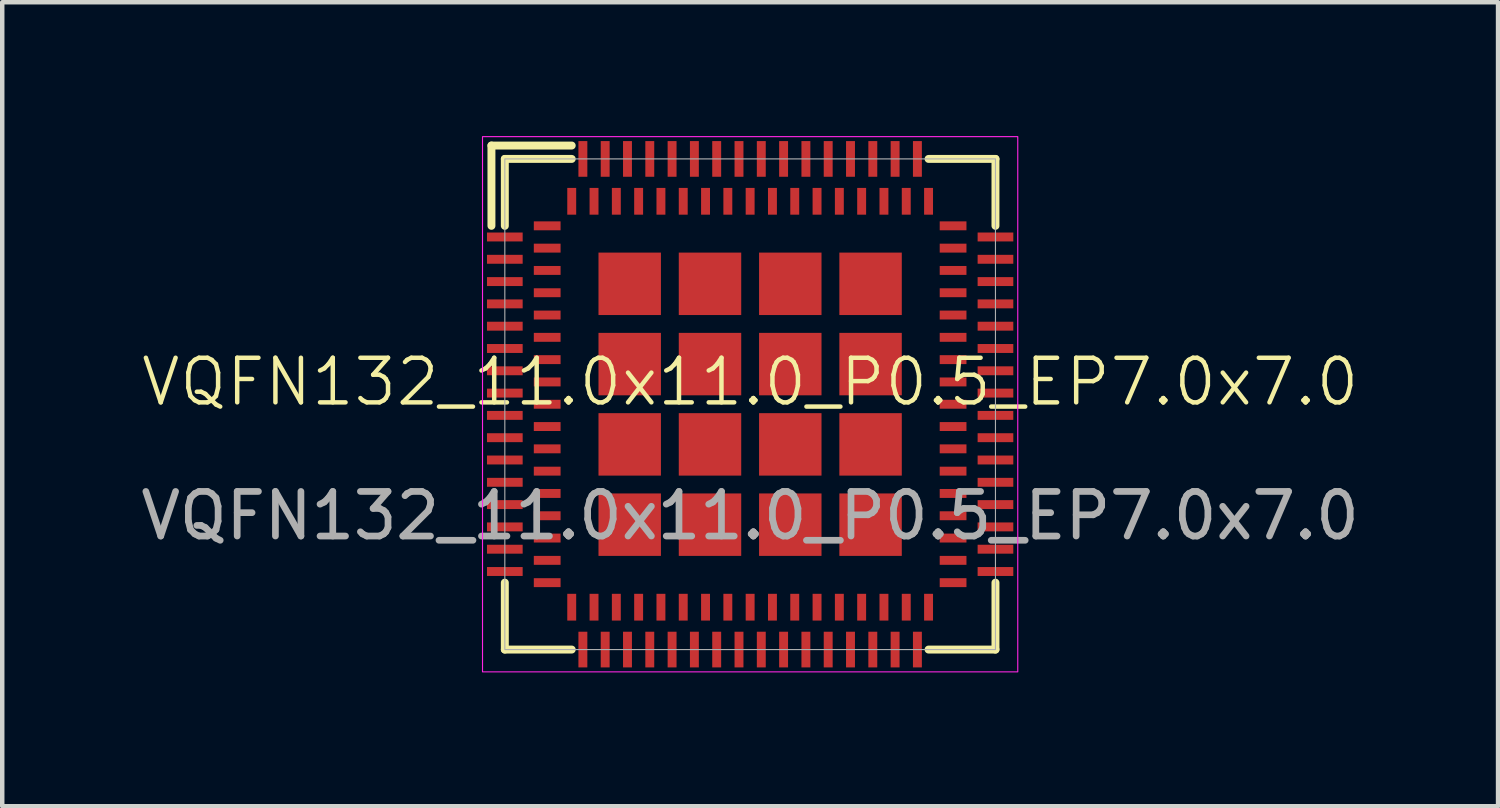
<source format=kicad_pcb>
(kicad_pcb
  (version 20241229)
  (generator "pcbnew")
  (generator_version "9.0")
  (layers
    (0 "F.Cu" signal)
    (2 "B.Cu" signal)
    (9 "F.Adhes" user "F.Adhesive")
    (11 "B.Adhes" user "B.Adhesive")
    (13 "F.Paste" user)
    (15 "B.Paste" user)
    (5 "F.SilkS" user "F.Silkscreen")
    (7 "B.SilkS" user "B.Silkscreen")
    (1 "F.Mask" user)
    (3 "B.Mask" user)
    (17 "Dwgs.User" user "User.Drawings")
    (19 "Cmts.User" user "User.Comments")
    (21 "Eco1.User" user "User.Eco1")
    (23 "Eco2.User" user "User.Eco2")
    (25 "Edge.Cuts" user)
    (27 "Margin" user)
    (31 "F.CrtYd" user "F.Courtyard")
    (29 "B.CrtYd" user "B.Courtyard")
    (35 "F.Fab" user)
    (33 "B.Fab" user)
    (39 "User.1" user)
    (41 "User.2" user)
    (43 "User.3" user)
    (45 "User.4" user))
  (footprint "VQFN132_11.0x11.0_P0.5_EP7.0x7.0"
    (layer "F.Cu")
    (at 13.768 6.013)
    (property "Reference" "VQFN132_11.0x11.0_P0.5_EP7.0x7.0" (at 0 -0.5 0) (unlocked yes) (layer "F.SilkS") (effects (font (size 1 1) (thickness 0.1))))
    (attr smd)
    (fp_line (start -5.8 -5.8) (end -4 -5.8) (stroke (width 0.178) (type solid)) (layer "F.SilkS"))
    (fp_line (start -5.8 -4) (end -5.8 -5.8) (stroke (width 0.178) (type solid)) (layer "F.SilkS"))
    (fp_line (start -5.5 -5.5) (end -4 -5.5) (stroke (width 0.178) (type solid)) (layer "F.SilkS"))
    (fp_line (start -5.5 -4) (end -5.5 -5.5) (stroke (width 0.178) (type solid)) (layer "F.SilkS"))
    (fp_line (start -5.5 5.5) (end -5.5 4) (stroke (width 0.178) (type solid)) (layer "F.SilkS"))
    (fp_line (start -4 5.5) (end -5.5 5.5) (stroke (width 0.178) (type solid)) (layer "F.SilkS"))
    (fp_line (start 4 -5.5) (end 5.5 -5.5) (stroke (width 0.178) (type solid)) (layer "F.SilkS"))
    (fp_line (start 5.5 -5.5) (end 5.5 -4) (stroke (width 0.178) (type solid)) (layer "F.SilkS"))
    (fp_line (start 5.5 4) (end 5.5 5.5) (stroke (width 0.178) (type solid)) (layer "F.SilkS"))
    (fp_line (start 5.5 5.5) (end 4 5.5) (stroke (width 0.178) (type solid)) (layer "F.SilkS"))
    (fp_rect (start -6 -6) (end 6 6) (stroke (width 0.025) (type solid)) (fill no) (layer "F.CrtYd"))
    (fp_rect (start -5.5 -5.5) (end 5.5 5.5) (stroke (width 0.025) (type solid)) (fill no) (layer "F.Fab"))
    (fp_text user "${REFERENCE}" (at 0 2.5 0) (unlocked yes) (layer "F.Fab") (effects (font (size 1 1) (thickness 0.15))))
    (pad "1" smd rect (at -4.55 -4) (size 0.6 0.2) (layers "F.Cu" "F.Mask" "F.Paste"))
    (pad "2" smd rect (at -5.5 -3.75) (size 0.8 0.2) (layers "F.Cu" "F.Mask" "F.Paste"))
    (pad "3" smd rect (at -4.55 -3.5) (size 0.6 0.2) (layers "F.Cu" "F.Mask" "F.Paste"))
    (pad "4" smd rect (at -5.5 -3.25) (size 0.8 0.2) (layers "F.Cu" "F.Mask" "F.Paste"))
    (pad "5" smd rect (at -4.55 -3) (size 0.6 0.2) (layers "F.Cu" "F.Mask" "F.Paste"))
    (pad "6" smd rect (at -5.5 -2.75) (size 0.8 0.2) (layers "F.Cu" "F.Mask" "F.Paste"))
    (pad "7" smd rect (at -4.55 -2.5) (size 0.6 0.2) (layers "F.Cu" "F.Mask" "F.Paste"))
    (pad "8" smd rect (at -5.5 -2.25) (size 0.8 0.2) (layers "F.Cu" "F.Mask" "F.Paste"))
    (pad "9" smd rect (at -4.55 -2) (size 0.6 0.2) (layers "F.Cu" "F.Mask" "F.Paste"))
    (pad "10" smd rect (at -5.5 -1.75) (size 0.8 0.2) (layers "F.Cu" "F.Mask" "F.Paste"))
    (pad "11" smd rect (at -4.55 -1.5) (size 0.6 0.2) (layers "F.Cu" "F.Mask" "F.Paste"))
    (pad "12" smd rect (at -5.5 -1.25) (size 0.8 0.2) (layers "F.Cu" "F.Mask" "F.Paste"))
    (pad "13" smd rect (at -4.55 -1) (size 0.6 0.2) (layers "F.Cu" "F.Mask" "F.Paste"))
    (pad "14" smd rect (at -5.5 -0.75) (size 0.8 0.2) (layers "F.Cu" "F.Mask" "F.Paste"))
    (pad "15" smd rect (at -4.55 -0.5) (size 0.6 0.2) (layers "F.Cu" "F.Mask" "F.Paste"))
    (pad "16" smd rect (at -5.5 -0.25) (size 0.8 0.2) (layers "F.Cu" "F.Mask" "F.Paste"))
    (pad "17" smd rect (at -4.55 0) (size 0.6 0.2) (layers "F.Cu" "F.Mask" "F.Paste"))
    (pad "18" smd rect (at -5.5 0.25) (size 0.8 0.2) (layers "F.Cu" "F.Mask" "F.Paste"))
    (pad "19" smd rect (at -4.55 0.5) (size 0.6 0.2) (layers "F.Cu" "F.Mask" "F.Paste"))
    (pad "20" smd rect (at -5.5 0.75) (size 0.8 0.2) (layers "F.Cu" "F.Mask" "F.Paste"))
    (pad "21" smd rect (at -4.55 1) (size 0.6 0.2) (layers "F.Cu" "F.Mask" "F.Paste"))
    (pad "22" smd rect (at -5.5 1.25) (size 0.8 0.2) (layers "F.Cu" "F.Mask" "F.Paste"))
    (pad "23" smd rect (at -4.55 1.5) (size 0.6 0.2) (layers "F.Cu" "F.Mask" "F.Paste"))
    (pad "24" smd rect (at -5.5 1.75) (size 0.8 0.2) (layers "F.Cu" "F.Mask" "F.Paste"))
    (pad "25" smd rect (at -4.55 2) (size 0.6 0.2) (layers "F.Cu" "F.Mask" "F.Paste"))
    (pad "26" smd rect (at -5.5 2.25) (size 0.8 0.2) (layers "F.Cu" "F.Mask" "F.Paste"))
    (pad "27" smd rect (at -4.55 2.5) (size 0.6 0.2) (layers "F.Cu" "F.Mask" "F.Paste"))
    (pad "28" smd rect (at -5.5 2.75) (size 0.8 0.2) (layers "F.Cu" "F.Mask" "F.Paste"))
    (pad "29" smd rect (at -4.55 3) (size 0.6 0.2) (layers "F.Cu" "F.Mask" "F.Paste"))
    (pad "30" smd rect (at -5.5 3.25) (size 0.8 0.2) (layers "F.Cu" "F.Mask" "F.Paste"))
    (pad "31" smd rect (at -4.55 3.5) (size 0.6 0.2) (layers "F.Cu" "F.Mask" "F.Paste"))
    (pad "32" smd rect (at -5.5 3.75) (size 0.8 0.2) (layers "F.Cu" "F.Mask" "F.Paste"))
    (pad "33" smd rect (at -4.55 4) (size 0.6 0.2) (layers "F.Cu" "F.Mask" "F.Paste"))
    (pad "34" smd rect (at -4 4.55) (size 0.2 0.6) (layers "F.Cu" "F.Mask" "F.Paste"))
    (pad "35" smd rect (at -3.75 5.5) (size 0.2 0.8) (layers "F.Cu" "F.Mask" "F.Paste"))
    (pad "36" smd rect (at -3.5 4.55) (size 0.2 0.6) (layers "F.Cu" "F.Mask" "F.Paste"))
    (pad "37" smd rect (at -3.25 5.5) (size 0.2 0.8) (layers "F.Cu" "F.Mask" "F.Paste"))
    (pad "38" smd rect (at -3 4.55) (size 0.2 0.6) (layers "F.Cu" "F.Mask" "F.Paste"))
    (pad "39" smd rect (at -2.75 5.5) (size 0.2 0.8) (layers "F.Cu" "F.Mask" "F.Paste"))
    (pad "40" smd rect (at -2.5 4.55) (size 0.2 0.6) (layers "F.Cu" "F.Mask" "F.Paste"))
    (pad "41" smd rect (at -2.25 5.5) (size 0.2 0.8) (layers "F.Cu" "F.Mask" "F.Paste"))
    (pad "42" smd rect (at -2 4.55) (size 0.2 0.6) (layers "F.Cu" "F.Mask" "F.Paste"))
    (pad "43" smd rect (at -1.75 5.5) (size 0.2 0.8) (layers "F.Cu" "F.Mask" "F.Paste"))
    (pad "44" smd rect (at -1.5 4.55) (size 0.2 0.6) (layers "F.Cu" "F.Mask" "F.Paste"))
    (pad "45" smd rect (at -1.25 5.5) (size 0.2 0.8) (layers "F.Cu" "F.Mask" "F.Paste"))
    (pad "46" smd rect (at -1 4.55) (size 0.2 0.6) (layers "F.Cu" "F.Mask" "F.Paste"))
    (pad "47" smd rect (at -0.75 5.5) (size 0.2 0.8) (layers "F.Cu" "F.Mask" "F.Paste"))
    (pad "48" smd rect (at -0.5 4.55) (size 0.2 0.6) (layers "F.Cu" "F.Mask" "F.Paste"))
    (pad "49" smd rect (at -0.25 5.5) (size 0.2 0.8) (layers "F.Cu" "F.Mask" "F.Paste"))
    (pad "50" smd rect (at 0 4.55) (size 0.2 0.6) (layers "F.Cu" "F.Mask" "F.Paste"))
    (pad "51" smd rect (at 0.25 5.5) (size 0.2 0.8) (layers "F.Cu" "F.Mask" "F.Paste"))
    (pad "52" smd rect (at 0.5 4.55) (size 0.2 0.6) (layers "F.Cu" "F.Mask" "F.Paste"))
    (pad "53" smd rect (at 0.75 5.5) (size 0.2 0.8) (layers "F.Cu" "F.Mask" "F.Paste"))
    (pad "54" smd rect (at 1 4.55) (size 0.2 0.6) (layers "F.Cu" "F.Mask" "F.Paste"))
    (pad "55" smd rect (at 1.25 5.5) (size 0.2 0.8) (layers "F.Cu" "F.Mask" "F.Paste"))
    (pad "56" smd rect (at 1.5 4.55) (size 0.2 0.6) (layers "F.Cu" "F.Mask" "F.Paste"))
    (pad "57" smd rect (at 1.75 5.5) (size 0.2 0.8) (layers "F.Cu" "F.Mask" "F.Paste"))
    (pad "58" smd rect (at 2 4.55) (size 0.2 0.6) (layers "F.Cu" "F.Mask" "F.Paste"))
    (pad "59" smd rect (at 2.25 5.5) (size 0.2 0.8) (layers "F.Cu" "F.Mask" "F.Paste"))
    (pad "60" smd rect (at 2.5 4.55) (size 0.2 0.6) (layers "F.Cu" "F.Mask" "F.Paste"))
    (pad "61" smd rect (at 2.75 5.5) (size 0.2 0.8) (layers "F.Cu" "F.Mask" "F.Paste"))
    (pad "62" smd rect (at 3 4.55) (size 0.2 0.6) (layers "F.Cu" "F.Mask" "F.Paste"))
    (pad "63" smd rect (at 3.25 5.5) (size 0.2 0.8) (layers "F.Cu" "F.Mask" "F.Paste"))
    (pad "64" smd rect (at 3.5 4.55) (size 0.2 0.6) (layers "F.Cu" "F.Mask" "F.Paste"))
    (pad "65" smd rect (at 3.75 5.5) (size 0.2 0.8) (layers "F.Cu" "F.Mask" "F.Paste"))
    (pad "66" smd rect (at 4 4.55) (size 0.2 0.6) (layers "F.Cu" "F.Mask" "F.Paste"))
    (pad "67" smd rect (at 4.55 4) (size 0.6 0.2) (layers "F.Cu" "F.Mask" "F.Paste"))
    (pad "68" smd rect (at 5.5 3.75) (size 0.8 0.2) (layers "F.Cu" "F.Mask" "F.Paste"))
    (pad "69" smd rect (at 4.55 3.5) (size 0.6 0.2) (layers "F.Cu" "F.Mask" "F.Paste"))
    (pad "70" smd rect (at 5.5 3.25) (size 0.8 0.2) (layers "F.Cu" "F.Mask" "F.Paste"))
    (pad "71" smd rect (at 4.55 3) (size 0.6 0.2) (layers "F.Cu" "F.Mask" "F.Paste"))
    (pad "72" smd rect (at 5.5 2.75) (size 0.8 0.2) (layers "F.Cu" "F.Mask" "F.Paste"))
    (pad "73" smd rect (at 4.55 2.5) (size 0.6 0.2) (layers "F.Cu" "F.Mask" "F.Paste"))
    (pad "74" smd rect (at 5.5 2.25) (size 0.8 0.2) (layers "F.Cu" "F.Mask" "F.Paste"))
    (pad "75" smd rect (at 4.55 2) (size 0.6 0.2) (layers "F.Cu" "F.Mask" "F.Paste"))
    (pad "76" smd rect (at 5.5 1.75) (size 0.8 0.2) (layers "F.Cu" "F.Mask" "F.Paste"))
    (pad "77" smd rect (at 4.55 1.5) (size 0.6 0.2) (layers "F.Cu" "F.Mask" "F.Paste"))
    (pad "78" smd rect (at 5.5 1.25) (size 0.8 0.2) (layers "F.Cu" "F.Mask" "F.Paste"))
    (pad "79" smd rect (at 4.55 1) (size 0.6 0.2) (layers "F.Cu" "F.Mask" "F.Paste"))
    (pad "80" smd rect (at 5.5 0.75) (size 0.8 0.2) (layers "F.Cu" "F.Mask" "F.Paste"))
    (pad "81" smd rect (at 4.55 0.5) (size 0.6 0.2) (layers "F.Cu" "F.Mask" "F.Paste"))
    (pad "82" smd rect (at 5.5 0.25) (size 0.8 0.2) (layers "F.Cu" "F.Mask" "F.Paste"))
    (pad "83" smd rect (at 4.55 0) (size 0.6 0.2) (layers "F.Cu" "F.Mask" "F.Paste"))
    (pad "84" smd rect (at 5.5 -0.25) (size 0.8 0.2) (layers "F.Cu" "F.Mask" "F.Paste"))
    (pad "85" smd rect (at 4.55 -0.5) (size 0.6 0.2) (layers "F.Cu" "F.Mask" "F.Paste"))
    (pad "86" smd rect (at 5.5 -0.75) (size 0.8 0.2) (layers "F.Cu" "F.Mask" "F.Paste"))
    (pad "87" smd rect (at 4.55 -1) (size 0.6 0.2) (layers "F.Cu" "F.Mask" "F.Paste"))
    (pad "88" smd rect (at 5.5 -1.25) (size 0.8 0.2) (layers "F.Cu" "F.Mask" "F.Paste"))
    (pad "89" smd rect (at 4.55 -1.5) (size 0.6 0.2) (layers "F.Cu" "F.Mask" "F.Paste"))
    (pad "90" smd rect (at 5.5 -1.75) (size 0.8 0.2) (layers "F.Cu" "F.Mask" "F.Paste"))
    (pad "91" smd rect (at 4.55 -2) (size 0.6 0.2) (layers "F.Cu" "F.Mask" "F.Paste"))
    (pad "92" smd rect (at 5.5 -2.25) (size 0.8 0.2) (layers "F.Cu" "F.Mask" "F.Paste"))
    (pad "93" smd rect (at 4.55 -2.5) (size 0.6 0.2) (layers "F.Cu" "F.Mask" "F.Paste"))
    (pad "94" smd rect (at 5.5 -2.75) (size 0.8 0.2) (layers "F.Cu" "F.Mask" "F.Paste"))
    (pad "95" smd rect (at 4.55 -3) (size 0.6 0.2) (layers "F.Cu" "F.Mask" "F.Paste"))
    (pad "96" smd rect (at 5.5 -3.25) (size 0.8 0.2) (layers "F.Cu" "F.Mask" "F.Paste"))
    (pad "97" smd rect (at 4.55 -3.5) (size 0.6 0.2) (layers "F.Cu" "F.Mask" "F.Paste"))
    (pad "98" smd rect (at 5.5 -3.75) (size 0.8 0.2) (layers "F.Cu" "F.Mask" "F.Paste"))
    (pad "99" smd rect (at 4.55 -4) (size 0.6 0.2) (layers "F.Cu" "F.Mask" "F.Paste"))
    (pad "100" smd rect (at 4 -4.55) (size 0.2 0.6) (layers "F.Cu" "F.Mask" "F.Paste"))
    (pad "101" smd rect (at 3.75 -5.5) (size 0.2 0.8) (layers "F.Cu" "F.Mask" "F.Paste"))
    (pad "102" smd rect (at 3.5 -4.55) (size 0.2 0.6) (layers "F.Cu" "F.Mask" "F.Paste"))
    (pad "103" smd rect (at 3.25 -5.5) (size 0.2 0.8) (layers "F.Cu" "F.Mask" "F.Paste"))
    (pad "104" smd rect (at 3 -4.55) (size 0.2 0.6) (layers "F.Cu" "F.Mask" "F.Paste"))
    (pad "105" smd rect (at 2.75 -5.5) (size 0.2 0.8) (layers "F.Cu" "F.Mask" "F.Paste"))
    (pad "106" smd rect (at 2.5 -4.55) (size 0.2 0.6) (layers "F.Cu" "F.Mask" "F.Paste"))
    (pad "107" smd rect (at 2.25 -5.5) (size 0.2 0.8) (layers "F.Cu" "F.Mask" "F.Paste"))
    (pad "108" smd rect (at 2 -4.55) (size 0.2 0.6) (layers "F.Cu" "F.Mask" "F.Paste"))
    (pad "109" smd rect (at 1.75 -5.5) (size 0.2 0.8) (layers "F.Cu" "F.Mask" "F.Paste"))
    (pad "110" smd rect (at 1.5 -4.55) (size 0.2 0.6) (layers "F.Cu" "F.Mask" "F.Paste"))
    (pad "111" smd rect (at 1.25 -5.5) (size 0.2 0.8) (layers "F.Cu" "F.Mask" "F.Paste"))
    (pad "112" smd rect (at 1 -4.55) (size 0.2 0.6) (layers "F.Cu" "F.Mask" "F.Paste"))
    (pad "113" smd rect (at 0.75 -5.5) (size 0.2 0.8) (layers "F.Cu" "F.Mask" "F.Paste"))
    (pad "114" smd rect (at 0.5 -4.55) (size 0.2 0.6) (layers "F.Cu" "F.Mask" "F.Paste"))
    (pad "115" smd rect (at 0.25 -5.5) (size 0.2 0.8) (layers "F.Cu" "F.Mask" "F.Paste"))
    (pad "116" smd rect (at 0 -4.55) (size 0.2 0.6) (layers "F.Cu" "F.Mask" "F.Paste"))
    (pad "117" smd rect (at -0.25 -5.5) (size 0.2 0.8) (layers "F.Cu" "F.Mask" "F.Paste"))
    (pad "118" smd rect (at -0.5 -4.55) (size 0.2 0.6) (layers "F.Cu" "F.Mask" "F.Paste"))
    (pad "119" smd rect (at -0.75 -5.5) (size 0.2 0.8) (layers "F.Cu" "F.Mask" "F.Paste"))
    (pad "120" smd rect (at -1 -4.55) (size 0.2 0.6) (layers "F.Cu" "F.Mask" "F.Paste"))
    (pad "121" smd rect (at -1.25 -5.5) (size 0.2 0.8) (layers "F.Cu" "F.Mask" "F.Paste"))
    (pad "122" smd rect (at -1.5 -4.55) (size 0.2 0.6) (layers "F.Cu" "F.Mask" "F.Paste"))
    (pad "123" smd rect (at -1.75 -5.5) (size 0.2 0.8) (layers "F.Cu" "F.Mask" "F.Paste"))
    (pad "124" smd rect (at -2 -4.55) (size 0.2 0.6) (layers "F.Cu" "F.Mask" "F.Paste"))
    (pad "125" smd rect (at -2.25 -5.5) (size 0.2 0.8) (layers "F.Cu" "F.Mask" "F.Paste"))
    (pad "126" smd rect (at -2.5 -4.55) (size 0.2 0.6) (layers "F.Cu" "F.Mask" "F.Paste"))
    (pad "127" smd rect (at -2.75 -5.5) (size 0.2 0.8) (layers "F.Cu" "F.Mask" "F.Paste"))
    (pad "128" smd rect (at -3 -4.55) (size 0.2 0.6) (layers "F.Cu" "F.Mask" "F.Paste"))
    (pad "129" smd rect (at -3.25 -5.5) (size 0.2 0.8) (layers "F.Cu" "F.Mask" "F.Paste"))
    (pad "130" smd rect (at -3.5 -4.55) (size 0.2 0.6) (layers "F.Cu" "F.Mask" "F.Paste"))
    (pad "131" smd rect (at -3.75 -5.5) (size 0.2 0.8) (layers "F.Cu" "F.Mask" "F.Paste"))
    (pad "132" smd rect (at -4 -4.55) (size 0.2 0.6) (layers "F.Cu" "F.Mask" "F.Paste"))
    (pad "133" smd rect (at -2.7 -2.7) (size 1.4 1.4) (layers "F.Cu" "F.Mask" "F.Paste"))
    (pad "133" smd rect (at -2.7 -0.9) (size 1.4 1.4) (layers "F.Cu" "F.Mask" "F.Paste"))
    (pad "133" smd rect (at -2.7 0.9) (size 1.4 1.4) (layers "F.Cu" "F.Mask" "F.Paste"))
    (pad "133" smd rect (at -2.7 2.7) (size 1.4 1.4) (layers "F.Cu" "F.Mask" "F.Paste"))
    (pad "133" smd rect (at -0.9 -2.7) (size 1.4 1.4) (layers "F.Cu" "F.Mask" "F.Paste"))
    (pad "133" smd rect (at -0.9 -0.9) (size 1.4 1.4) (layers "F.Cu" "F.Mask" "F.Paste"))
    (pad "133" smd rect (at -0.9 0.9) (size 1.4 1.4) (layers "F.Cu" "F.Mask" "F.Paste"))
    (pad "133" smd rect (at -0.9 2.7) (size 1.4 1.4) (layers "F.Cu" "F.Mask" "F.Paste"))
    (pad "133" smd rect (at 0.9 -2.7) (size 1.4 1.4) (layers "F.Cu" "F.Mask" "F.Paste"))
    (pad "133" smd rect (at 0.9 -0.9) (size 1.4 1.4) (layers "F.Cu" "F.Mask" "F.Paste"))
    (pad "133" smd rect (at 0.9 0.9) (size 1.4 1.4) (layers "F.Cu" "F.Mask" "F.Paste"))
    (pad "133" smd rect (at 0.9 2.7) (size 1.4 1.4) (layers "F.Cu" "F.Mask" "F.Paste"))
    (pad "133" smd rect (at 2.7 -2.7) (size 1.4 1.4) (layers "F.Cu" "F.Mask" "F.Paste"))
    (pad "133" smd rect (at 2.7 -0.9) (size 1.4 1.4) (layers "F.Cu" "F.Mask" "F.Paste"))
    (pad "133" smd rect (at 2.7 0.9) (size 1.4 1.4) (layers "F.Cu" "F.Mask" "F.Paste"))
    (pad "133" smd rect (at 2.7 2.7) (size 1.4 1.4) (layers "F.Cu" "F.Mask" "F.Paste")))
  (gr_rect
    (start -3 -3)
    (end 30.536 15.025)
    (stroke (width 0.1) (type default))
    (fill no)
    (layer "Edge.Cuts")))
</source>
